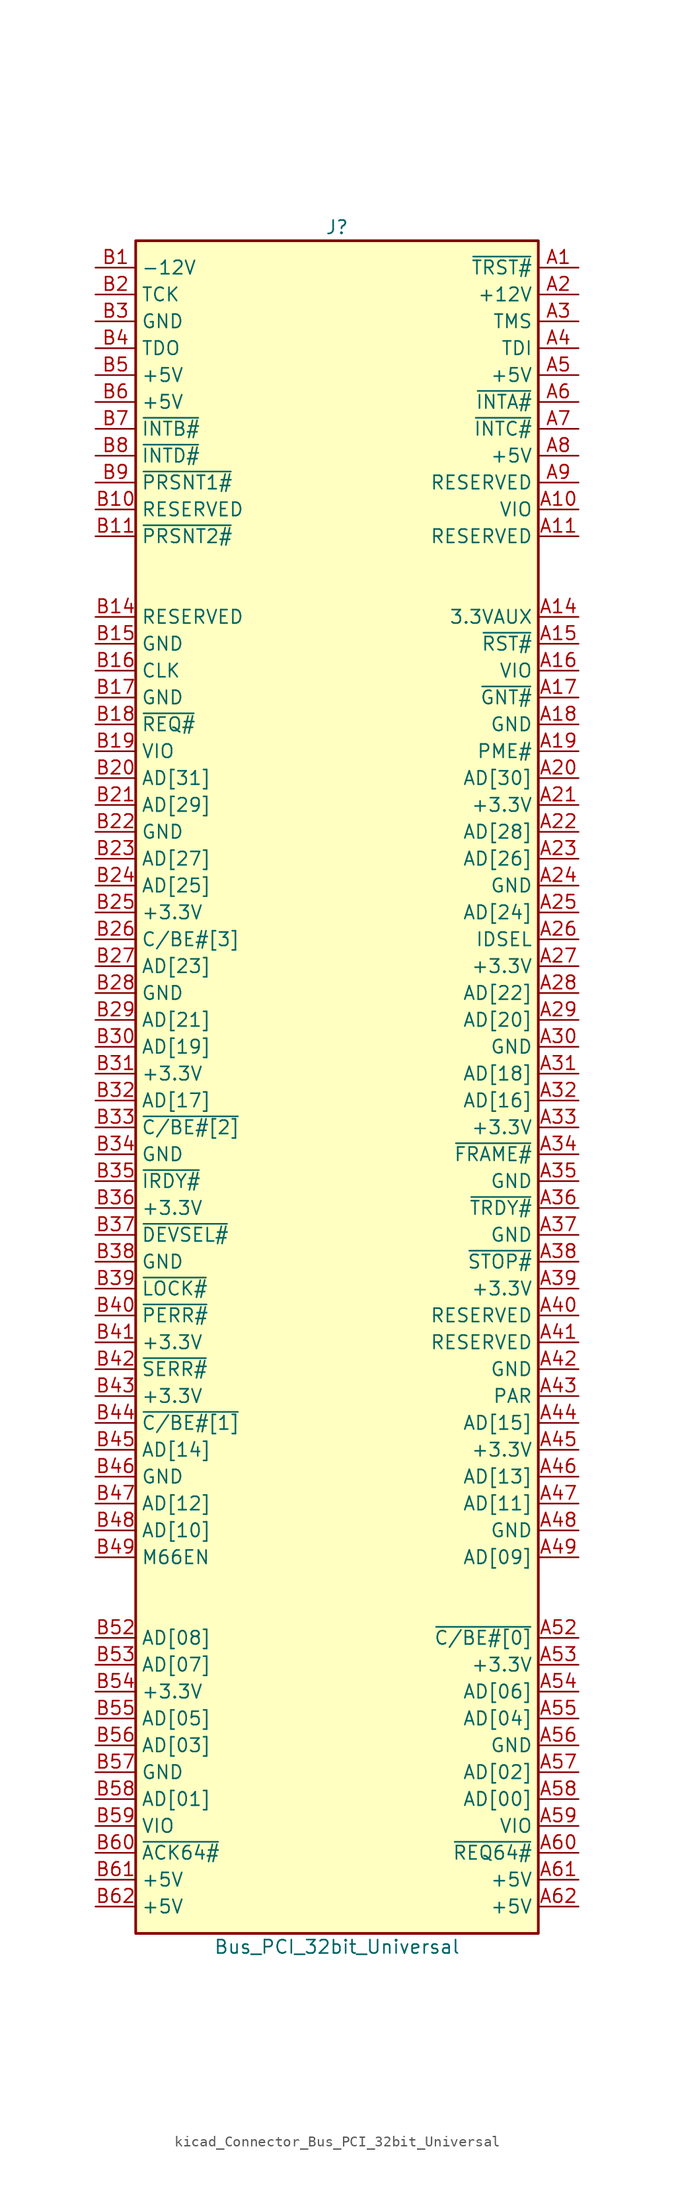
<source format=kicad_sym>
(kicad_symbol_lib
  (version 20220914)
  (generator kicad_symbol_editor)
  (symbol "kicad_Connector_Bus_PCI_32bit_Universal"
    (property "Reference" "J"
      (at 0 80.01 0)
      (effects (font (size 1.27 1.27))))
    (property "Value" "Bus_PCI_32bit_Universal"
      (at 0 -82.55 0)
      (effects (font (size 1.27 1.27))))
    (symbol "kicad_Connector_Bus_PCI_32bit_Universal_0_1"
      (rectangle (start -19.05 78.74) (end 19.05 -81.28) (stroke (width 0.254) (type default)) (fill (type background))))
    (symbol "kicad_Connector_Bus_PCI_32bit_Universal_1_1"
      (pin output line (at 22.86 76.2 180) (length 3.81) (name "~{TRST#}" (effects (font (size 1.27 1.27)))) (number "A1" (effects (font (size 1.27 1.27)))))
      (pin power_in line (at 22.86 53.34 180) (length 3.81) (name "VIO" (effects (font (size 1.27 1.27)))) (number "A10" (effects (font (size 1.27 1.27)))))
      (pin passive line (at 22.86 50.8 180) (length 3.81) (name "RESERVED" (effects (font (size 1.27 1.27)))) (number "A11" (effects (font (size 1.27 1.27)))))
      (pin passive line (at 22.86 43.18 180) (length 3.81) (name "3.3VAUX" (effects (font (size 1.27 1.27)))) (number "A14" (effects (font (size 1.27 1.27)))))
      (pin output line (at 22.86 40.64 180) (length 3.81) (name "~{RST#}" (effects (font (size 1.27 1.27)))) (number "A15" (effects (font (size 1.27 1.27)))))
      (pin power_in line (at 22.86 38.1 180) (length 3.81) (name "VIO" (effects (font (size 1.27 1.27)))) (number "A16" (effects (font (size 1.27 1.27)))))
      (pin bidirectional line (at 22.86 35.56 180) (length 3.81) (name "~{GNT#}" (effects (font (size 1.27 1.27)))) (number "A17" (effects (font (size 1.27 1.27)))))
      (pin power_in line (at 22.86 33.02 180) (length 3.81) (name "GND" (effects (font (size 1.27 1.27)))) (number "A18" (effects (font (size 1.27 1.27)))))
      (pin passive line (at 22.86 30.48 180) (length 3.81) (name "PME#" (effects (font (size 1.27 1.27)))) (number "A19" (effects (font (size 1.27 1.27)))))
      (pin power_in line (at 22.86 73.66 180) (length 3.81) (name "+12V" (effects (font (size 1.27 1.27)))) (number "A2" (effects (font (size 1.27 1.27)))))
      (pin bidirectional line (at 22.86 27.94 180) (length 3.81) (name "AD[30]" (effects (font (size 1.27 1.27)))) (number "A20" (effects (font (size 1.27 1.27)))))
      (pin power_in line (at 22.86 25.4 180) (length 3.81) (name "+3.3V" (effects (font (size 1.27 1.27)))) (number "A21" (effects (font (size 1.27 1.27)))))
      (pin bidirectional line (at 22.86 22.86 180) (length 3.81) (name "AD[28]" (effects (font (size 1.27 1.27)))) (number "A22" (effects (font (size 1.27 1.27)))))
      (pin bidirectional line (at 22.86 20.32 180) (length 3.81) (name "AD[26]" (effects (font (size 1.27 1.27)))) (number "A23" (effects (font (size 1.27 1.27)))))
      (pin power_in line (at 22.86 17.78 180) (length 3.81) (name "GND" (effects (font (size 1.27 1.27)))) (number "A24" (effects (font (size 1.27 1.27)))))
      (pin bidirectional line (at 22.86 15.24 180) (length 3.81) (name "AD[24]" (effects (font (size 1.27 1.27)))) (number "A25" (effects (font (size 1.27 1.27)))))
      (pin output line (at 22.86 12.7 180) (length 3.81) (name "IDSEL" (effects (font (size 1.27 1.27)))) (number "A26" (effects (font (size 1.27 1.27)))))
      (pin power_in line (at 22.86 10.16 180) (length 3.81) (name "+3.3V" (effects (font (size 1.27 1.27)))) (number "A27" (effects (font (size 1.27 1.27)))))
      (pin bidirectional line (at 22.86 7.62 180) (length 3.81) (name "AD[22]" (effects (font (size 1.27 1.27)))) (number "A28" (effects (font (size 1.27 1.27)))))
      (pin bidirectional line (at 22.86 5.08 180) (length 3.81) (name "AD[20]" (effects (font (size 1.27 1.27)))) (number "A29" (effects (font (size 1.27 1.27)))))
      (pin output line (at 22.86 71.12 180) (length 3.81) (name "TMS" (effects (font (size 1.27 1.27)))) (number "A3" (effects (font (size 1.27 1.27)))))
      (pin power_in line (at 22.86 2.54 180) (length 3.81) (name "GND" (effects (font (size 1.27 1.27)))) (number "A30" (effects (font (size 1.27 1.27)))))
      (pin bidirectional line (at 22.86 0 180) (length 3.81) (name "AD[18]" (effects (font (size 1.27 1.27)))) (number "A31" (effects (font (size 1.27 1.27)))))
      (pin bidirectional line (at 22.86 -2.54 180) (length 3.81) (name "AD[16]" (effects (font (size 1.27 1.27)))) (number "A32" (effects (font (size 1.27 1.27)))))
      (pin power_in line (at 22.86 -5.08 180) (length 3.81) (name "+3.3V" (effects (font (size 1.27 1.27)))) (number "A33" (effects (font (size 1.27 1.27)))))
      (pin bidirectional line (at 22.86 -7.62 180) (length 3.81) (name "~{FRAME#}" (effects (font (size 1.27 1.27)))) (number "A34" (effects (font (size 1.27 1.27)))))
      (pin power_in line (at 22.86 -10.16 180) (length 3.81) (name "GND" (effects (font (size 1.27 1.27)))) (number "A35" (effects (font (size 1.27 1.27)))))
      (pin bidirectional line (at 22.86 -12.7 180) (length 3.81) (name "~{TRDY#}" (effects (font (size 1.27 1.27)))) (number "A36" (effects (font (size 1.27 1.27)))))
      (pin power_in line (at 22.86 -15.24 180) (length 3.81) (name "GND" (effects (font (size 1.27 1.27)))) (number "A37" (effects (font (size 1.27 1.27)))))
      (pin bidirectional line (at 22.86 -17.78 180) (length 3.81) (name "~{STOP#}" (effects (font (size 1.27 1.27)))) (number "A38" (effects (font (size 1.27 1.27)))))
      (pin power_in line (at 22.86 -20.32 180) (length 3.81) (name "+3.3V" (effects (font (size 1.27 1.27)))) (number "A39" (effects (font (size 1.27 1.27)))))
      (pin output line (at 22.86 68.58 180) (length 3.81) (name "TDI" (effects (font (size 1.27 1.27)))) (number "A4" (effects (font (size 1.27 1.27)))))
      (pin bidirectional line (at 22.86 -22.86 180) (length 3.81) (name "RESERVED" (effects (font (size 1.27 1.27)))) (number "A40" (effects (font (size 1.27 1.27)))))
      (pin bidirectional line (at 22.86 -25.4 180) (length 3.81) (name "RESERVED" (effects (font (size 1.27 1.27)))) (number "A41" (effects (font (size 1.27 1.27)))))
      (pin power_in line (at 22.86 -27.94 180) (length 3.81) (name "GND" (effects (font (size 1.27 1.27)))) (number "A42" (effects (font (size 1.27 1.27)))))
      (pin bidirectional line (at 22.86 -30.48 180) (length 3.81) (name "PAR" (effects (font (size 1.27 1.27)))) (number "A43" (effects (font (size 1.27 1.27)))))
      (pin bidirectional line (at 22.86 -33.02 180) (length 3.81) (name "AD[15]" (effects (font (size 1.27 1.27)))) (number "A44" (effects (font (size 1.27 1.27)))))
      (pin power_in line (at 22.86 -35.56 180) (length 3.81) (name "+3.3V" (effects (font (size 1.27 1.27)))) (number "A45" (effects (font (size 1.27 1.27)))))
      (pin bidirectional line (at 22.86 -38.1 180) (length 3.81) (name "AD[13]" (effects (font (size 1.27 1.27)))) (number "A46" (effects (font (size 1.27 1.27)))))
      (pin bidirectional line (at 22.86 -40.64 180) (length 3.81) (name "AD[11]" (effects (font (size 1.27 1.27)))) (number "A47" (effects (font (size 1.27 1.27)))))
      (pin power_in line (at 22.86 -43.18 180) (length 3.81) (name "GND" (effects (font (size 1.27 1.27)))) (number "A48" (effects (font (size 1.27 1.27)))))
      (pin bidirectional line (at 22.86 -45.72 180) (length 3.81) (name "AD[09]" (effects (font (size 1.27 1.27)))) (number "A49" (effects (font (size 1.27 1.27)))))
      (pin power_in line (at 22.86 66.04 180) (length 3.81) (name "+5V" (effects (font (size 1.27 1.27)))) (number "A5" (effects (font (size 1.27 1.27)))))
      (pin bidirectional line (at 22.86 -53.34 180) (length 3.81) (name "~{C/BE#[0]}" (effects (font (size 1.27 1.27)))) (number "A52" (effects (font (size 1.27 1.27)))))
      (pin power_in line (at 22.86 -55.88 180) (length 3.81) (name "+3.3V" (effects (font (size 1.27 1.27)))) (number "A53" (effects (font (size 1.27 1.27)))))
      (pin bidirectional line (at 22.86 -58.42 180) (length 3.81) (name "AD[06]" (effects (font (size 1.27 1.27)))) (number "A54" (effects (font (size 1.27 1.27)))))
      (pin bidirectional line (at 22.86 -60.96 180) (length 3.81) (name "AD[04]" (effects (font (size 1.27 1.27)))) (number "A55" (effects (font (size 1.27 1.27)))))
      (pin power_in line (at 22.86 -63.5 180) (length 3.81) (name "GND" (effects (font (size 1.27 1.27)))) (number "A56" (effects (font (size 1.27 1.27)))))
      (pin bidirectional line (at 22.86 -66.04 180) (length 3.81) (name "AD[02]" (effects (font (size 1.27 1.27)))) (number "A57" (effects (font (size 1.27 1.27)))))
      (pin bidirectional line (at 22.86 -68.58 180) (length 3.81) (name "AD[00]" (effects (font (size 1.27 1.27)))) (number "A58" (effects (font (size 1.27 1.27)))))
      (pin power_in line (at 22.86 -71.12 180) (length 3.81) (name "VIO" (effects (font (size 1.27 1.27)))) (number "A59" (effects (font (size 1.27 1.27)))))
      (pin input line (at 22.86 63.5 180) (length 3.81) (name "~{INTA#}" (effects (font (size 1.27 1.27)))) (number "A6" (effects (font (size 1.27 1.27)))))
      (pin bidirectional line (at 22.86 -73.66 180) (length 3.81) (name "~{REQ64#}" (effects (font (size 1.27 1.27)))) (number "A60" (effects (font (size 1.27 1.27)))))
      (pin power_in line (at 22.86 -76.2 180) (length 3.81) (name "+5V" (effects (font (size 1.27 1.27)))) (number "A61" (effects (font (size 1.27 1.27)))))
      (pin power_in line (at 22.86 -78.74 180) (length 3.81) (name "+5V" (effects (font (size 1.27 1.27)))) (number "A62" (effects (font (size 1.27 1.27)))))
      (pin input line (at 22.86 60.96 180) (length 3.81) (name "~{INTC#}" (effects (font (size 1.27 1.27)))) (number "A7" (effects (font (size 1.27 1.27)))))
      (pin power_in line (at 22.86 58.42 180) (length 3.81) (name "+5V" (effects (font (size 1.27 1.27)))) (number "A8" (effects (font (size 1.27 1.27)))))
      (pin passive line (at 22.86 55.88 180) (length 3.81) (name "RESERVED" (effects (font (size 1.27 1.27)))) (number "A9" (effects (font (size 1.27 1.27)))))
      (pin power_in line (at -22.86 76.2 0) (length 3.81) (name "-12V" (effects (font (size 1.27 1.27)))) (number "B1" (effects (font (size 1.27 1.27)))))
      (pin passive line (at -22.86 53.34 0) (length 3.81) (name "RESERVED" (effects (font (size 1.27 1.27)))) (number "B10" (effects (font (size 1.27 1.27)))))
      (pin input line (at -22.86 50.8 0) (length 3.81) (name "~{PRSNT2#}" (effects (font (size 1.27 1.27)))) (number "B11" (effects (font (size 1.27 1.27)))))
      (pin passive line (at -22.86 43.18 0) (length 3.81) (name "RESERVED" (effects (font (size 1.27 1.27)))) (number "B14" (effects (font (size 1.27 1.27)))))
      (pin power_in line (at -22.86 40.64 0) (length 3.81) (name "GND" (effects (font (size 1.27 1.27)))) (number "B15" (effects (font (size 1.27 1.27)))))
      (pin output line (at -22.86 38.1 0) (length 3.81) (name "CLK" (effects (font (size 1.27 1.27)))) (number "B16" (effects (font (size 1.27 1.27)))))
      (pin power_in line (at -22.86 35.56 0) (length 3.81) (name "GND" (effects (font (size 1.27 1.27)))) (number "B17" (effects (font (size 1.27 1.27)))))
      (pin bidirectional line (at -22.86 33.02 0) (length 3.81) (name "~{REQ#}" (effects (font (size 1.27 1.27)))) (number "B18" (effects (font (size 1.27 1.27)))))
      (pin power_in line (at -22.86 30.48 0) (length 3.81) (name "VIO" (effects (font (size 1.27 1.27)))) (number "B19" (effects (font (size 1.27 1.27)))))
      (pin output line (at -22.86 73.66 0) (length 3.81) (name "TCK" (effects (font (size 1.27 1.27)))) (number "B2" (effects (font (size 1.27 1.27)))))
      (pin bidirectional line (at -22.86 27.94 0) (length 3.81) (name "AD[31]" (effects (font (size 1.27 1.27)))) (number "B20" (effects (font (size 1.27 1.27)))))
      (pin bidirectional line (at -22.86 25.4 0) (length 3.81) (name "AD[29]" (effects (font (size 1.27 1.27)))) (number "B21" (effects (font (size 1.27 1.27)))))
      (pin power_in line (at -22.86 22.86 0) (length 3.81) (name "GND" (effects (font (size 1.27 1.27)))) (number "B22" (effects (font (size 1.27 1.27)))))
      (pin bidirectional line (at -22.86 20.32 0) (length 3.81) (name "AD[27]" (effects (font (size 1.27 1.27)))) (number "B23" (effects (font (size 1.27 1.27)))))
      (pin bidirectional line (at -22.86 17.78 0) (length 3.81) (name "AD[25]" (effects (font (size 1.27 1.27)))) (number "B24" (effects (font (size 1.27 1.27)))))
      (pin power_in line (at -22.86 15.24 0) (length 3.81) (name "+3.3V" (effects (font (size 1.27 1.27)))) (number "B25" (effects (font (size 1.27 1.27)))))
      (pin bidirectional line (at -22.86 12.7 0) (length 3.81) (name "C/BE#[3]" (effects (font (size 1.27 1.27)))) (number "B26" (effects (font (size 1.27 1.27)))))
      (pin bidirectional line (at -22.86 10.16 0) (length 3.81) (name "AD[23]" (effects (font (size 1.27 1.27)))) (number "B27" (effects (font (size 1.27 1.27)))))
      (pin power_in line (at -22.86 7.62 0) (length 3.81) (name "GND" (effects (font (size 1.27 1.27)))) (number "B28" (effects (font (size 1.27 1.27)))))
      (pin bidirectional line (at -22.86 5.08 0) (length 3.81) (name "AD[21]" (effects (font (size 1.27 1.27)))) (number "B29" (effects (font (size 1.27 1.27)))))
      (pin power_in line (at -22.86 71.12 0) (length 3.81) (name "GND" (effects (font (size 1.27 1.27)))) (number "B3" (effects (font (size 1.27 1.27)))))
      (pin bidirectional line (at -22.86 2.54 0) (length 3.81) (name "AD[19]" (effects (font (size 1.27 1.27)))) (number "B30" (effects (font (size 1.27 1.27)))))
      (pin power_in line (at -22.86 0 0) (length 3.81) (name "+3.3V" (effects (font (size 1.27 1.27)))) (number "B31" (effects (font (size 1.27 1.27)))))
      (pin bidirectional line (at -22.86 -2.54 0) (length 3.81) (name "AD[17]" (effects (font (size 1.27 1.27)))) (number "B32" (effects (font (size 1.27 1.27)))))
      (pin bidirectional line (at -22.86 -5.08 0) (length 3.81) (name "~{C/BE#[2]}" (effects (font (size 1.27 1.27)))) (number "B33" (effects (font (size 1.27 1.27)))))
      (pin power_in line (at -22.86 -7.62 0) (length 3.81) (name "GND" (effects (font (size 1.27 1.27)))) (number "B34" (effects (font (size 1.27 1.27)))))
      (pin bidirectional line (at -22.86 -10.16 0) (length 3.81) (name "~{IRDY#}" (effects (font (size 1.27 1.27)))) (number "B35" (effects (font (size 1.27 1.27)))))
      (pin power_in line (at -22.86 -12.7 0) (length 3.81) (name "+3.3V" (effects (font (size 1.27 1.27)))) (number "B36" (effects (font (size 1.27 1.27)))))
      (pin bidirectional line (at -22.86 -15.24 0) (length 3.81) (name "~{DEVSEL#}" (effects (font (size 1.27 1.27)))) (number "B37" (effects (font (size 1.27 1.27)))))
      (pin power_in line (at -22.86 -17.78 0) (length 3.81) (name "GND" (effects (font (size 1.27 1.27)))) (number "B38" (effects (font (size 1.27 1.27)))))
      (pin bidirectional line (at -22.86 -20.32 0) (length 3.81) (name "~{LOCK#}" (effects (font (size 1.27 1.27)))) (number "B39" (effects (font (size 1.27 1.27)))))
      (pin input line (at -22.86 68.58 0) (length 3.81) (name "TDO" (effects (font (size 1.27 1.27)))) (number "B4" (effects (font (size 1.27 1.27)))))
      (pin bidirectional line (at -22.86 -22.86 0) (length 3.81) (name "~{PERR#}" (effects (font (size 1.27 1.27)))) (number "B40" (effects (font (size 1.27 1.27)))))
      (pin power_in line (at -22.86 -25.4 0) (length 3.81) (name "+3.3V" (effects (font (size 1.27 1.27)))) (number "B41" (effects (font (size 1.27 1.27)))))
      (pin input line (at -22.86 -27.94 0) (length 3.81) (name "~{SERR#}" (effects (font (size 1.27 1.27)))) (number "B42" (effects (font (size 1.27 1.27)))))
      (pin power_in line (at -22.86 -30.48 0) (length 3.81) (name "+3.3V" (effects (font (size 1.27 1.27)))) (number "B43" (effects (font (size 1.27 1.27)))))
      (pin bidirectional line (at -22.86 -33.02 0) (length 3.81) (name "~{C/BE#[1]}" (effects (font (size 1.27 1.27)))) (number "B44" (effects (font (size 1.27 1.27)))))
      (pin bidirectional line (at -22.86 -35.56 0) (length 3.81) (name "AD[14]" (effects (font (size 1.27 1.27)))) (number "B45" (effects (font (size 1.27 1.27)))))
      (pin power_in line (at -22.86 -38.1 0) (length 3.81) (name "GND" (effects (font (size 1.27 1.27)))) (number "B46" (effects (font (size 1.27 1.27)))))
      (pin bidirectional line (at -22.86 -40.64 0) (length 3.81) (name "AD[12]" (effects (font (size 1.27 1.27)))) (number "B47" (effects (font (size 1.27 1.27)))))
      (pin bidirectional line (at -22.86 -43.18 0) (length 3.81) (name "AD[10]" (effects (font (size 1.27 1.27)))) (number "B48" (effects (font (size 1.27 1.27)))))
      (pin power_in line (at -22.86 -45.72 0) (length 3.81) (name "M66EN" (effects (font (size 1.27 1.27)))) (number "B49" (effects (font (size 1.27 1.27)))))
      (pin power_in line (at -22.86 66.04 0) (length 3.81) (name "+5V" (effects (font (size 1.27 1.27)))) (number "B5" (effects (font (size 1.27 1.27)))))
      (pin bidirectional line (at -22.86 -53.34 0) (length 3.81) (name "AD[08]" (effects (font (size 1.27 1.27)))) (number "B52" (effects (font (size 1.27 1.27)))))
      (pin bidirectional line (at -22.86 -55.88 0) (length 3.81) (name "AD[07]" (effects (font (size 1.27 1.27)))) (number "B53" (effects (font (size 1.27 1.27)))))
      (pin input line (at -22.86 -58.42 0) (length 3.81) (name "+3.3V" (effects (font (size 1.27 1.27)))) (number "B54" (effects (font (size 1.27 1.27)))))
      (pin bidirectional line (at -22.86 -60.96 0) (length 3.81) (name "AD[05]" (effects (font (size 1.27 1.27)))) (number "B55" (effects (font (size 1.27 1.27)))))
      (pin bidirectional line (at -22.86 -63.5 0) (length 3.81) (name "AD[03]" (effects (font (size 1.27 1.27)))) (number "B56" (effects (font (size 1.27 1.27)))))
      (pin power_in line (at -22.86 -66.04 0) (length 3.81) (name "GND" (effects (font (size 1.27 1.27)))) (number "B57" (effects (font (size 1.27 1.27)))))
      (pin bidirectional line (at -22.86 -68.58 0) (length 3.81) (name "AD[01]" (effects (font (size 1.27 1.27)))) (number "B58" (effects (font (size 1.27 1.27)))))
      (pin power_in line (at -22.86 -71.12 0) (length 3.81) (name "VIO" (effects (font (size 1.27 1.27)))) (number "B59" (effects (font (size 1.27 1.27)))))
      (pin power_in line (at -22.86 63.5 0) (length 3.81) (name "+5V" (effects (font (size 1.27 1.27)))) (number "B6" (effects (font (size 1.27 1.27)))))
      (pin bidirectional line (at -22.86 -73.66 0) (length 3.81) (name "~{ACK64#}" (effects (font (size 1.27 1.27)))) (number "B60" (effects (font (size 1.27 1.27)))))
      (pin power_in line (at -22.86 -76.2 0) (length 3.81) (name "+5V" (effects (font (size 1.27 1.27)))) (number "B61" (effects (font (size 1.27 1.27)))))
      (pin power_in line (at -22.86 -78.74 0) (length 3.81) (name "+5V" (effects (font (size 1.27 1.27)))) (number "B62" (effects (font (size 1.27 1.27)))))
      (pin input line (at -22.86 60.96 0) (length 3.81) (name "~{INTB#}" (effects (font (size 1.27 1.27)))) (number "B7" (effects (font (size 1.27 1.27)))))
      (pin input line (at -22.86 58.42 0) (length 3.81) (name "~{INTD#}" (effects (font (size 1.27 1.27)))) (number "B8" (effects (font (size 1.27 1.27)))))
      (pin input line (at -22.86 55.88 0) (length 3.81) (name "~{PRSNT1#}" (effects (font (size 1.27 1.27)))) (number "B9" (effects (font (size 1.27 1.27))))))))
</source>
